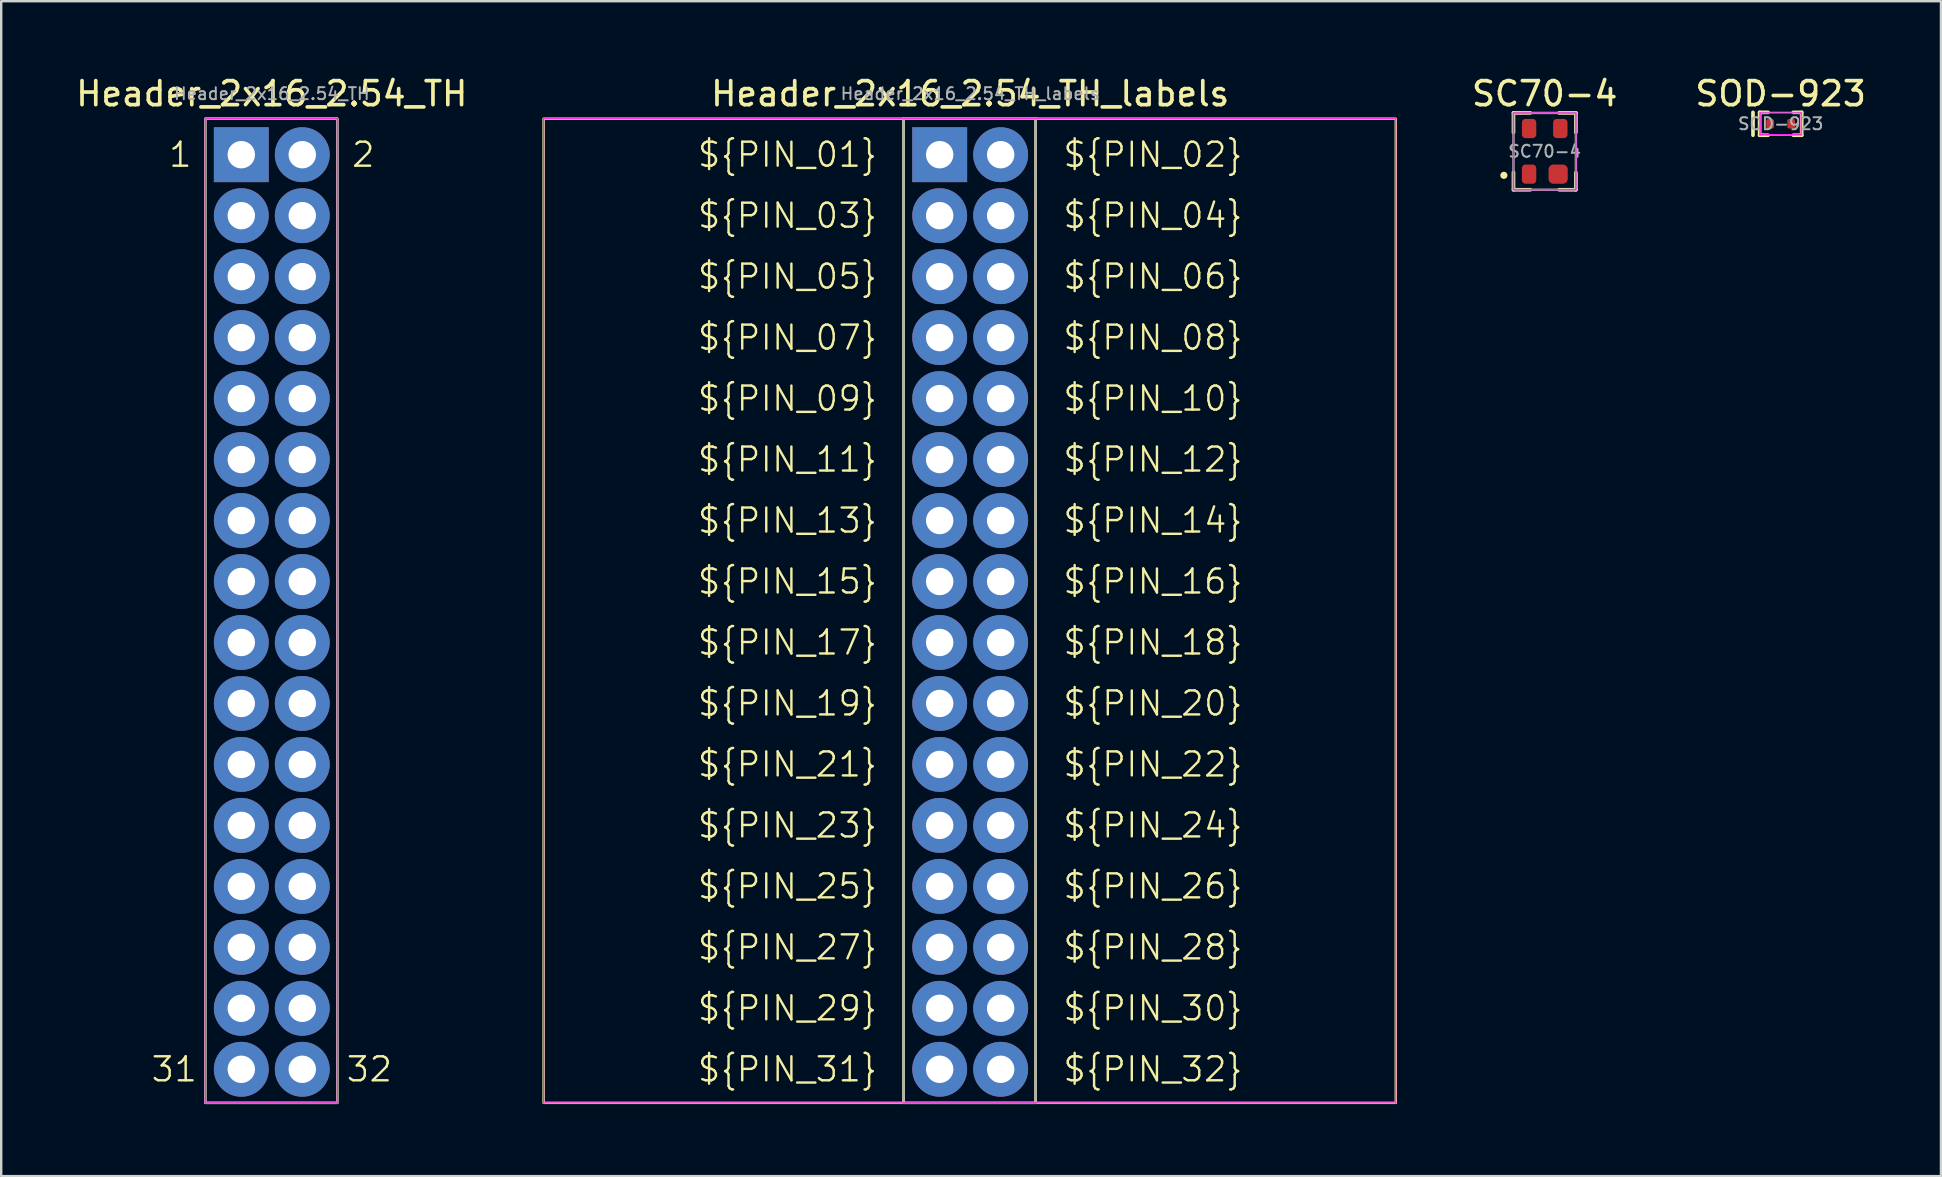
<source format=kicad_pcb>
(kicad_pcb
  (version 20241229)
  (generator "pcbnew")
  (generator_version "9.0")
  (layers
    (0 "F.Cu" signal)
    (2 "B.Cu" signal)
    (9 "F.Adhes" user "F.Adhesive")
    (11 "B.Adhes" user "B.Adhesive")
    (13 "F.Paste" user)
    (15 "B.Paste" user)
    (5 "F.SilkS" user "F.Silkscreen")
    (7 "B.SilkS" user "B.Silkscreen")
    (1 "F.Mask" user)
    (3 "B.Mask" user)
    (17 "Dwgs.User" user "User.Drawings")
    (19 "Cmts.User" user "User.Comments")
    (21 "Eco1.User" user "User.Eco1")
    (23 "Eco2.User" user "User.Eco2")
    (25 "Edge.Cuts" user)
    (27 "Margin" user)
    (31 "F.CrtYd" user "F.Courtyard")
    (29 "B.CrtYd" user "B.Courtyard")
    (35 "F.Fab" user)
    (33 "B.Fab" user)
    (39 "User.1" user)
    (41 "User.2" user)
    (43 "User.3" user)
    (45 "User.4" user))
  (footprint "SC70-4"
    (layer "F.Cu")
    (at 61.298 3.254)
    (property "Reference" "SC70-4" (at 0 -2.4 0) (layer "F.SilkS") (effects (font (size 1 1) (thickness 0.153))))
    (attr smd)
    (fp_line (start -1.3 -0.787) (end -1.3 -1.6) (stroke (width 0.153) (type default)) (layer "F.SilkS"))
    (fp_line (start -1.3 0.875) (end -1.3 1.6) (stroke (width 0.153) (type default)) (layer "F.SilkS"))
    (fp_line (start -1.3 1.6) (end -0.6 1.6) (stroke (width 0.153) (type default)) (layer "F.SilkS"))
    (fp_line (start -0.6 -1.6) (end -1.3 -1.6) (stroke (width 0.153) (type default)) (layer "F.SilkS"))
    (fp_line (start 1.3 -1.6) (end 0.6 -1.6) (stroke (width 0.153) (type default)) (layer "F.SilkS"))
    (fp_line (start 1.3 -0.787) (end 1.3 -1.6) (stroke (width 0.153) (type default)) (layer "F.SilkS"))
    (fp_line (start 1.3 0.887) (end 1.3 1.6) (stroke (width 0.153) (type default)) (layer "F.SilkS"))
    (fp_line (start 1.3 1.6) (end 0.6 1.6) (stroke (width 0.153) (type default)) (layer "F.SilkS"))
    (fp_circle (center -1.7 1) (end -1.6 1) (stroke (width 0.1) (type solid)) (fill yes) (layer "F.SilkS"))
    (fp_rect (start -1.3 -1.6) (end 1.3 1.6) (stroke (width 0.05) (type default)) (fill no) (layer "F.CrtYd"))
    (fp_rect (start -1.3 -1.6) (end 1.3 1.6) (stroke (width 0.1) (type default)) (fill no) (layer "F.Fab"))
    (fp_text user "${REFERENCE}" (at 0 0 0) (layer "F.Fab") (effects (font (size 0.5 0.5) (thickness 0.08))))
    (pad "1" smd roundrect (at -0.65 0.95 180) (size 0.6 0.8) (layers "F.Cu" "F.Mask" "F.Paste") (roundrect_rratio 0.25))
    (pad "2" smd roundrect (at 0.56 0.95 180) (size 0.8 0.8) (layers "F.Cu" "F.Mask" "F.Paste") (roundrect_rratio 0.25))
    (pad "3" smd roundrect (at 0.65 -0.95 180) (size 0.6 0.8) (layers "F.Cu" "F.Mask" "F.Paste") (roundrect_rratio 0.25))
    (pad "4" smd roundrect (at -0.65 -0.95 180) (size 0.6 0.8) (layers "F.Cu" "F.Mask" "F.Paste") (roundrect_rratio 0.25)))
  (footprint "Header_2x16_2.54_TH_labels"
    (layer "F.Cu")
    (at 36.095 3.394)
    (property "Reference" "Header_2x16_2.54_TH_labels" (at 1.27 -2.54 0) (layer "F.SilkS") (effects (font (size 1 1) (thickness 0.153))))
    (attr through_hole)
    (fp_rect (start -16.5 -1.5) (end -1.5 39.5) (stroke (width 0.1) (type default)) (fill no) (layer "F.SilkS"))
    (fp_rect (start -1.5 -1.5) (end 4 39.5) (stroke (width 0.1) (type default)) (fill no) (layer "F.SilkS"))
    (fp_rect (start 4 -1.5) (end 19 39.5) (stroke (width 0.1) (type default)) (fill no) (layer "F.SilkS"))
    (fp_line (start -16.5 -1.5) (end 19 -1.5) (stroke (width 0.05) (type default)) (layer "F.CrtYd"))
    (fp_line (start -16.5 39.5) (end -16.5 -1.5) (stroke (width 0.05) (type default)) (layer "F.CrtYd"))
    (fp_line (start 19 -1.5) (end 19 39.5) (stroke (width 0.05) (type default)) (layer "F.CrtYd"))
    (fp_line (start 19 39.5) (end -16.5 39.5) (stroke (width 0.05) (type default)) (layer "F.CrtYd"))
    (fp_rect (start -1.5 -1.5) (end 4 39.5) (stroke (width 0.1) (type default)) (fill no) (layer "F.Fab"))
    (fp_text user "${PIN_12}" (at 5.08 12.7 0) (unlocked yes) (layer "F.SilkS") (effects (font (size 1 1) (thickness 0.1)) (justify left)))
    (fp_text user "${PIN_09}" (at -2.54 10.16 0) (unlocked yes) (layer "F.SilkS") (effects (font (size 1 1) (thickness 0.1)) (justify right)))
    (fp_text user "${PIN_25}" (at -2.54 30.48 0) (unlocked yes) (layer "F.SilkS") (effects (font (size 1 1) (thickness 0.1)) (justify right)))
    (fp_text user "${PIN_32}" (at 5.08 38.1 0) (unlocked yes) (layer "F.SilkS") (effects (font (size 1 1) (thickness 0.1)) (justify left)))
    (fp_text user "${PIN_02}" (at 5.08 0 0) (unlocked yes) (layer "F.SilkS") (effects (font (size 1 1) (thickness 0.1)) (justify left)))
    (fp_text user "${PIN_13}" (at -2.54 15.24 0) (unlocked yes) (layer "F.SilkS") (effects (font (size 1 1) (thickness 0.1)) (justify right)))
    (fp_text user "${PIN_17}" (at -2.54 20.32 0) (unlocked yes) (layer "F.SilkS") (effects (font (size 1 1) (thickness 0.1)) (justify right)))
    (fp_text user "${PIN_30}" (at 5.08 35.56 0) (unlocked yes) (layer "F.SilkS") (effects (font (size 1 1) (thickness 0.1)) (justify left)))
    (fp_text user "${PIN_06}" (at 5.08 5.08 0) (unlocked yes) (layer "F.SilkS") (effects (font (size 1 1) (thickness 0.1)) (justify left)))
    (fp_text user "${PIN_20}" (at 5.08 22.86 0) (unlocked yes) (layer "F.SilkS") (effects (font (size 1 1) (thickness 0.1)) (justify left)))
    (fp_text user "${PIN_16}" (at 5.08 17.78 0) (unlocked yes) (layer "F.SilkS") (effects (font (size 1 1) (thickness 0.1)) (justify left)))
    (fp_text user "${PIN_22}" (at 5.08 25.4 0) (unlocked yes) (layer "F.SilkS") (effects (font (size 1 1) (thickness 0.1)) (justify left)))
    (fp_text user "${PIN_23}" (at -2.54 27.94 0) (unlocked yes) (layer "F.SilkS") (effects (font (size 1 1) (thickness 0.1)) (justify right)))
    (fp_text user "${PIN_04}" (at 5.08 2.54 0) (unlocked yes) (layer "F.SilkS") (effects (font (size 1 1) (thickness 0.1)) (justify left)))
    (fp_text user "${PIN_14}" (at 5.08 15.24 0) (unlocked yes) (layer "F.SilkS") (effects (font (size 1 1) (thickness 0.1)) (justify left)))
    (fp_text user "${PIN_24}" (at 5.08 27.94 0) (unlocked yes) (layer "F.SilkS") (effects (font (size 1 1) (thickness 0.1)) (justify left)))
    (fp_text user "${PIN_19}" (at -2.54 22.86 0) (unlocked yes) (layer "F.SilkS") (effects (font (size 1 1) (thickness 0.1)) (justify right)))
    (fp_text user "${PIN_31}" (at -2.54 38.1 0) (unlocked yes) (layer "F.SilkS") (effects (font (size 1 1) (thickness 0.1)) (justify right)))
    (fp_text user "${PIN_26}" (at 5.08 30.48 0) (unlocked yes) (layer "F.SilkS") (effects (font (size 1 1) (thickness 0.1)) (justify left)))
    (fp_text user "${PIN_21}" (at -2.54 25.4 0) (unlocked yes) (layer "F.SilkS") (effects (font (size 1 1) (thickness 0.1)) (justify right)))
    (fp_text user "${PIN_29}" (at -2.54 35.56 0) (unlocked yes) (layer "F.SilkS") (effects (font (size 1 1) (thickness 0.1)) (justify right)))
    (fp_text user "${PIN_08}" (at 5.08 7.62 0) (unlocked yes) (layer "F.SilkS") (effects (font (size 1 1) (thickness 0.1)) (justify left)))
    (fp_text user "${PIN_03}" (at -2.54 2.54 0) (unlocked yes) (layer "F.SilkS") (effects (font (size 1 1) (thickness 0.1)) (justify right)))
    (fp_text user "${PIN_07}" (at -2.54 7.62 0) (unlocked yes) (layer "F.SilkS") (effects (font (size 1 1) (thickness 0.1)) (justify right)))
    (fp_text user "${PIN_10}" (at 5.08 10.16 0) (unlocked yes) (layer "F.SilkS") (effects (font (size 1 1) (thickness 0.1)) (justify left)))
    (fp_text user "${PIN_11}" (at -2.54 12.7 0) (unlocked yes) (layer "F.SilkS") (effects (font (size 1 1) (thickness 0.1)) (justify right)))
    (fp_text user "${PIN_05}" (at -2.54 5.08 0) (unlocked yes) (layer "F.SilkS") (effects (font (size 1 1) (thickness 0.1)) (justify right)))
    (fp_text user "${PIN_27}" (at -2.54 33.02 0) (unlocked yes) (layer "F.SilkS") (effects (font (size 1 1) (thickness 0.1)) (justify right)))
    (fp_text user "${PIN_18}" (at 5.08 20.32 0) (unlocked yes) (layer "F.SilkS") (effects (font (size 1 1) (thickness 0.1)) (justify left)))
    (fp_text user "${PIN_28}" (at 5.08 33.02 0) (unlocked yes) (layer "F.SilkS") (effects (font (size 1 1) (thickness 0.1)) (justify left)))
    (fp_text user "${PIN_01}" (at -2.54 0 0) (unlocked yes) (layer "F.SilkS") (effects (font (size 1 1) (thickness 0.1)) (justify right)))
    (fp_text user "${PIN_15}" (at -2.54 17.78 0) (unlocked yes) (layer "F.SilkS") (effects (font (size 1 1) (thickness 0.1)) (justify right)))
    (fp_text user "${REFERENCE}" (at 1.27 -2.54 0) (layer "F.Fab") (effects (font (size 0.5 0.5) (thickness 0.08))))
    (pad "1" thru_hole rect (at 0 0) (size 2.286 2.286) (drill 1.143) (layers "*.Cu" "*.Mask"))
    (pad "2" thru_hole circle (at 2.54 0) (size 2.286 2.286) (drill 1.143) (layers "*.Cu" "*.Mask"))
    (pad "3" thru_hole circle (at 0 2.54) (size 2.286 2.286) (drill 1.143) (layers "*.Cu" "*.Mask"))
    (pad "4" thru_hole circle (at 2.54 2.54) (size 2.286 2.286) (drill 1.143) (layers "*.Cu" "*.Mask"))
    (pad "5" thru_hole circle (at 0 5.08) (size 2.286 2.286) (drill 1.143) (layers "*.Cu" "*.Mask"))
    (pad "6" thru_hole circle (at 2.54 5.08) (size 2.286 2.286) (drill 1.143) (layers "*.Cu" "*.Mask"))
    (pad "7" thru_hole circle (at 0 7.62) (size 2.286 2.286) (drill 1.143) (layers "*.Cu" "*.Mask"))
    (pad "8" thru_hole circle (at 2.54 7.62) (size 2.286 2.286) (drill 1.143) (layers "*.Cu" "*.Mask"))
    (pad "9" thru_hole circle (at 0 10.16) (size 2.286 2.286) (drill 1.143) (layers "*.Cu" "*.Mask"))
    (pad "10" thru_hole circle (at 2.54 10.16) (size 2.286 2.286) (drill 1.143) (layers "*.Cu" "*.Mask"))
    (pad "11" thru_hole circle (at 0 12.7) (size 2.286 2.286) (drill 1.143) (layers "*.Cu" "*.Mask"))
    (pad "12" thru_hole circle (at 2.54 12.7) (size 2.286 2.286) (drill 1.143) (layers "*.Cu" "*.Mask"))
    (pad "13" thru_hole circle (at 0 15.24) (size 2.286 2.286) (drill 1.143) (layers "*.Cu" "*.Mask"))
    (pad "14" thru_hole circle (at 2.54 15.24) (size 2.286 2.286) (drill 1.143) (layers "*.Cu" "*.Mask"))
    (pad "15" thru_hole circle (at 0 17.78) (size 2.286 2.286) (drill 1.143) (layers "*.Cu" "*.Mask"))
    (pad "16" thru_hole circle (at 2.54 17.78) (size 2.286 2.286) (drill 1.143) (layers "*.Cu" "*.Mask"))
    (pad "17" thru_hole circle (at 0 20.32) (size 2.286 2.286) (drill 1.143) (layers "*.Cu" "*.Mask"))
    (pad "18" thru_hole circle (at 2.54 20.32) (size 2.286 2.286) (drill 1.143) (layers "*.Cu" "*.Mask"))
    (pad "19" thru_hole circle (at 0 22.86) (size 2.286 2.286) (drill 1.143) (layers "*.Cu" "*.Mask"))
    (pad "20" thru_hole circle (at 2.54 22.86) (size 2.286 2.286) (drill 1.143) (layers "*.Cu" "*.Mask"))
    (pad "21" thru_hole circle (at 0 25.4) (size 2.286 2.286) (drill 1.143) (layers "*.Cu" "*.Mask"))
    (pad "22" thru_hole circle (at 2.54 25.4) (size 2.286 2.286) (drill 1.143) (layers "*.Cu" "*.Mask"))
    (pad "23" thru_hole circle (at 0 27.94) (size 2.286 2.286) (drill 1.143) (layers "*.Cu" "*.Mask"))
    (pad "24" thru_hole circle (at 2.54 27.94) (size 2.286 2.286) (drill 1.143) (layers "*.Cu" "*.Mask"))
    (pad "25" thru_hole circle (at 0 30.48) (size 2.286 2.286) (drill 1.143) (layers "*.Cu" "*.Mask"))
    (pad "26" thru_hole circle (at 2.54 30.48) (size 2.286 2.286) (drill 1.143) (layers "*.Cu" "*.Mask"))
    (pad "27" thru_hole circle (at 0 33.02) (size 2.286 2.286) (drill 1.143) (layers "*.Cu" "*.Mask"))
    (pad "28" thru_hole circle (at 2.54 33.02) (size 2.286 2.286) (drill 1.143) (layers "*.Cu" "*.Mask"))
    (pad "29" thru_hole circle (at 0 35.56) (size 2.286 2.286) (drill 1.143) (layers "*.Cu" "*.Mask"))
    (pad "30" thru_hole circle (at 2.54 35.56) (size 2.286 2.286) (drill 1.143) (layers "*.Cu" "*.Mask"))
    (pad "31" thru_hole circle (at 0 38.1) (size 2.286 2.286) (drill 1.143) (layers "*.Cu" "*.Mask"))
    (pad "32" thru_hole circle (at 2.54 38.1) (size 2.286 2.286) (drill 1.143) (layers "*.Cu" "*.Mask")))
  (footprint "SOD-923"
    (layer "F.Cu")
    (at 71.128 2.107)
    (property "Reference" "SOD-923" (at 0 -1.253 0) (layer "F.SilkS") (effects (font (size 1 1) (thickness 0.153))))
    (attr smd)
    (fp_line (start -1.153 -0.476) (end -1.153 0.476) (stroke (width 0.153) (type default)) (layer "F.SilkS"))
    (fp_line (start -0.876 -0.476) (end -0.876 0.476) (stroke (width 0.153) (type default)) (layer "F.SilkS"))
    (fp_line (start -0.876 -0.476) (end -0.526 -0.476) (stroke (width 0.153) (type default)) (layer "F.SilkS"))
    (fp_line (start -0.876 0.476) (end -0.526 0.476) (stroke (width 0.153) (type default)) (layer "F.SilkS"))
    (fp_line (start 0.876 -0.476) (end 0.526 -0.476) (stroke (width 0.153) (type default)) (layer "F.SilkS"))
    (fp_line (start 0.876 -0.476) (end 0.876 0.476) (stroke (width 0.153) (type default)) (layer "F.SilkS"))
    (fp_line (start 0.876 0.476) (end 0.526 0.476) (stroke (width 0.153) (type default)) (layer "F.SilkS"))
    (fp_line (start -0.85 -0.45) (end 0.85 -0.45) (stroke (width 0.05) (type default)) (layer "F.CrtYd"))
    (fp_line (start -0.85 0.45) (end -0.85 -0.45) (stroke (width 0.05) (type default)) (layer "F.CrtYd"))
    (fp_line (start 0.85 -0.45) (end 0.85 0.45) (stroke (width 0.05) (type default)) (layer "F.CrtYd"))
    (fp_line (start 0.85 0.45) (end -0.85 0.45) (stroke (width 0.05) (type default)) (layer "F.CrtYd"))
    (fp_line (start -0.876 -0.476) (end 0.876 -0.476) (stroke (width 0.05) (type default)) (layer "F.Fab"))
    (fp_line (start -0.876 0.476) (end -0.876 -0.476) (stroke (width 0.05) (type default)) (layer "F.Fab"))
    (fp_line (start 0.876 -0.476) (end 0.876 0.476) (stroke (width 0.05) (type default)) (layer "F.Fab"))
    (fp_line (start 0.876 0.476) (end -0.876 0.476) (stroke (width 0.05) (type default)) (layer "F.Fab"))
    (fp_text user "${REFERENCE}" (at 0 0 0) (layer "F.Fab") (effects (font (size 0.5 0.5) (thickness 0.08))))
    (pad "A" smd roundrect (at 0.438 0) (size 0.325 0.4) (layers "F.Cu" "F.Mask" "F.Paste") (roundrect_rratio 0.25))
    (pad "C" smd roundrect (at -0.438 0) (size 0.325 0.4) (layers "F.Cu" "F.Mask" "F.Paste") (roundrect_rratio 0.25)))
  (footprint "Header_2x16_2.54_TH"
    (layer "F.Cu")
    (at 7.002 3.394)
    (property "Reference" "Header_2x16_2.54_TH" (at 1.27 -2.54 0) (layer "F.SilkS") (effects (font (size 1 1) (thickness 0.153))))
    (attr through_hole)
    (fp_rect (start -1.5 -1.5) (end 4 39.5) (stroke (width 0.1) (type default)) (fill no) (layer "F.SilkS"))
    (fp_line (start -1.5 -1.5) (end 4 -1.5) (stroke (width 0.05) (type default)) (layer "F.CrtYd"))
    (fp_line (start -1.5 39.5) (end -1.5 -1.5) (stroke (width 0.05) (type default)) (layer "F.CrtYd"))
    (fp_line (start 4 -1.5) (end 4 39.5) (stroke (width 0.05) (type default)) (layer "F.CrtYd"))
    (fp_line (start 4 39.5) (end -1.5 39.5) (stroke (width 0.05) (type default)) (layer "F.CrtYd"))
    (fp_rect (start -1.5 -1.5) (end 4 39.5) (stroke (width 0.1) (type default)) (fill no) (layer "F.Fab"))
    (fp_text user "31" (at -2.794 38.1 0) (unlocked yes) (layer "F.SilkS") (effects (font (size 1 1) (thickness 0.1))))
    (fp_text user "2" (at 5.08 0 0) (unlocked yes) (layer "F.SilkS") (effects (font (size 1 1) (thickness 0.1))))
    (fp_text user "1" (at -2.54 0 0) (unlocked yes) (layer "F.SilkS") (effects (font (size 1 1) (thickness 0.1))))
    (fp_text user "32" (at 5.334 38.1 0) (unlocked yes) (layer "F.SilkS") (effects (font (size 1 1) (thickness 0.1))))
    (fp_text user "${REFERENCE}" (at 1.27 -2.54 0) (layer "F.Fab") (effects (font (size 0.5 0.5) (thickness 0.08))))
    (pad "1" thru_hole rect (at 0 0) (size 2.286 2.286) (drill 1.143) (layers "*.Cu" "*.Mask"))
    (pad "2" thru_hole circle (at 2.54 0) (size 2.286 2.286) (drill 1.143) (layers "*.Cu" "*.Mask"))
    (pad "3" thru_hole circle (at 0 2.54) (size 2.286 2.286) (drill 1.143) (layers "*.Cu" "*.Mask"))
    (pad "4" thru_hole circle (at 2.54 2.54) (size 2.286 2.286) (drill 1.143) (layers "*.Cu" "*.Mask"))
    (pad "5" thru_hole circle (at 0 5.08) (size 2.286 2.286) (drill 1.143) (layers "*.Cu" "*.Mask"))
    (pad "6" thru_hole circle (at 2.54 5.08) (size 2.286 2.286) (drill 1.143) (layers "*.Cu" "*.Mask"))
    (pad "7" thru_hole circle (at 0 7.62) (size 2.286 2.286) (drill 1.143) (layers "*.Cu" "*.Mask"))
    (pad "8" thru_hole circle (at 2.54 7.62) (size 2.286 2.286) (drill 1.143) (layers "*.Cu" "*.Mask"))
    (pad "9" thru_hole circle (at 0 10.16) (size 2.286 2.286) (drill 1.143) (layers "*.Cu" "*.Mask"))
    (pad "10" thru_hole circle (at 2.54 10.16) (size 2.286 2.286) (drill 1.143) (layers "*.Cu" "*.Mask"))
    (pad "11" thru_hole circle (at 0 12.7) (size 2.286 2.286) (drill 1.143) (layers "*.Cu" "*.Mask"))
    (pad "12" thru_hole circle (at 2.54 12.7) (size 2.286 2.286) (drill 1.143) (layers "*.Cu" "*.Mask"))
    (pad "13" thru_hole circle (at 0 15.24) (size 2.286 2.286) (drill 1.143) (layers "*.Cu" "*.Mask"))
    (pad "14" thru_hole circle (at 2.54 15.24) (size 2.286 2.286) (drill 1.143) (layers "*.Cu" "*.Mask"))
    (pad "15" thru_hole circle (at 0 17.78) (size 2.286 2.286) (drill 1.143) (layers "*.Cu" "*.Mask"))
    (pad "16" thru_hole circle (at 2.54 17.78) (size 2.286 2.286) (drill 1.143) (layers "*.Cu" "*.Mask"))
    (pad "17" thru_hole circle (at 0 20.32) (size 2.286 2.286) (drill 1.143) (layers "*.Cu" "*.Mask"))
    (pad "18" thru_hole circle (at 2.54 20.32) (size 2.286 2.286) (drill 1.143) (layers "*.Cu" "*.Mask"))
    (pad "19" thru_hole circle (at 0 22.86) (size 2.286 2.286) (drill 1.143) (layers "*.Cu" "*.Mask"))
    (pad "20" thru_hole circle (at 2.54 22.86) (size 2.286 2.286) (drill 1.143) (layers "*.Cu" "*.Mask"))
    (pad "21" thru_hole circle (at 0 25.4) (size 2.286 2.286) (drill 1.143) (layers "*.Cu" "*.Mask"))
    (pad "22" thru_hole circle (at 2.54 25.4) (size 2.286 2.286) (drill 1.143) (layers "*.Cu" "*.Mask"))
    (pad "23" thru_hole circle (at 0 27.94) (size 2.286 2.286) (drill 1.143) (layers "*.Cu" "*.Mask"))
    (pad "24" thru_hole circle (at 2.54 27.94) (size 2.286 2.286) (drill 1.143) (layers "*.Cu" "*.Mask"))
    (pad "25" thru_hole circle (at 0 30.48) (size 2.286 2.286) (drill 1.143) (layers "*.Cu" "*.Mask"))
    (pad "26" thru_hole circle (at 2.54 30.48) (size 2.286 2.286) (drill 1.143) (layers "*.Cu" "*.Mask"))
    (pad "27" thru_hole circle (at 0 33.02) (size 2.286 2.286) (drill 1.143) (layers "*.Cu" "*.Mask"))
    (pad "28" thru_hole circle (at 2.54 33.02) (size 2.286 2.286) (drill 1.143) (layers "*.Cu" "*.Mask"))
    (pad "29" thru_hole circle (at 0 35.56) (size 2.286 2.286) (drill 1.143) (layers "*.Cu" "*.Mask"))
    (pad "30" thru_hole circle (at 2.54 35.56) (size 2.286 2.286) (drill 1.143) (layers "*.Cu" "*.Mask"))
    (pad "31" thru_hole circle (at 0 38.1) (size 2.286 2.286) (drill 1.143) (layers "*.Cu" "*.Mask"))
    (pad "32" thru_hole circle (at 2.54 38.1) (size 2.286 2.286) (drill 1.143) (layers "*.Cu" "*.Mask")))
  (gr_rect
    (start -3 -3)
    (end 77.806 45.944)
    (stroke (width 0.1) (type default))
    (fill no)
    (layer "Edge.Cuts")))
</source>
